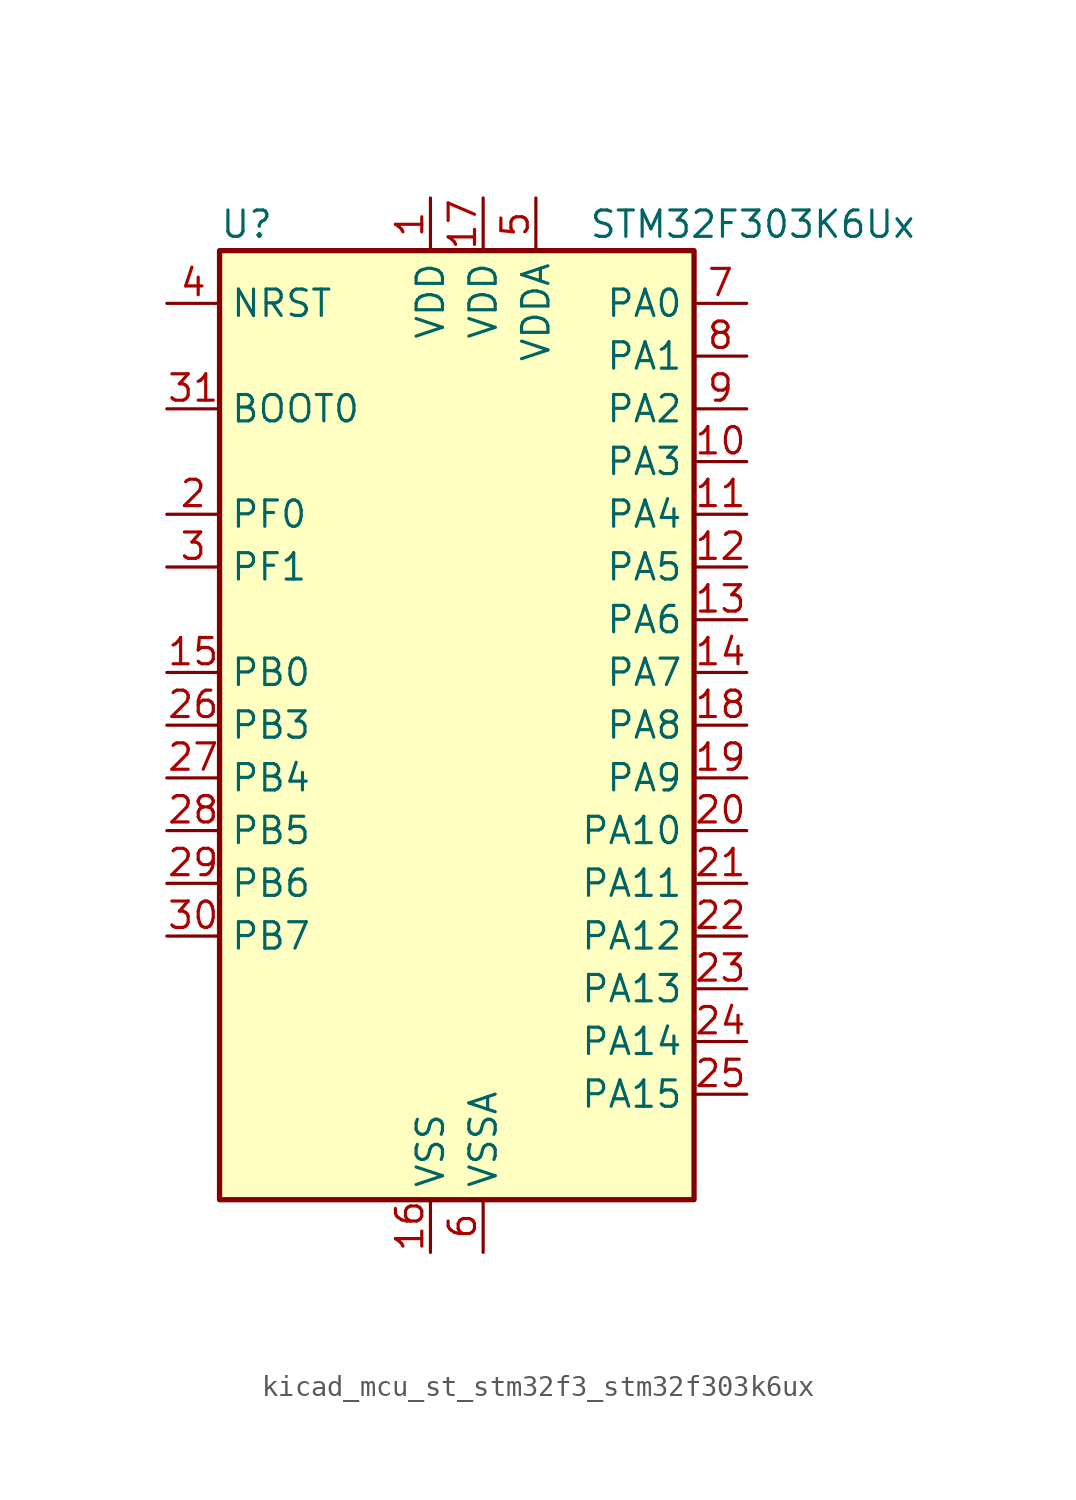
<source format=kicad_sym>
(kicad_symbol_lib
  (version 20220914)
  (generator kicad_symbol_editor)
  (symbol "kicad_mcu_st_stm32f3_stm32f303k6ux"
    (property "Reference" "U"
      (at -10.16 24.13 0)
      (effects (font (size 1.27 1.27)) (justify left)))
    (property "Value" "STM32F303K6Ux"
      (at 7.62 24.13 0)
      (effects (font (size 1.27 1.27)) (justify left)))
    (property "ki_locked" ""
      (at 0 0 0)
      (effects (font (size 1.27 1.27))))
    (symbol "kicad_mcu_st_stm32f3_stm32f303k6ux_0_1"
      (rectangle (start -10.16 -22.86) (end 12.7 22.86) (stroke (width 0.254) (type default)) (fill (type background))))
    (symbol "kicad_mcu_st_stm32f3_stm32f303k6ux_1_1"
      (pin power_in line (at 0 25.4 270) (length 2.54) (name "VDD" (effects (font (size 1.27 1.27)))) (number "1" (effects (font (size 1.27 1.27)))))
      (pin bidirectional line (at 15.24 12.7 180) (length 2.54) (name "PA3" (effects (font (size 1.27 1.27)))) (number "10" (effects (font (size 1.27 1.27)))) (alternate "ADC1_IN4" bidirectional line) (alternate "TIM15_CH2" bidirectional line) (alternate "TIM2_CH4" bidirectional line) (alternate "TSC_G1_IO4" bidirectional line) (alternate "USART2_RX" bidirectional line))
      (pin bidirectional line (at 15.24 10.16 180) (length 2.54) (name "PA4" (effects (font (size 1.27 1.27)))) (number "11" (effects (font (size 1.27 1.27)))) (alternate "ADC2_IN1" bidirectional line) (alternate "COMP2_INM" bidirectional line) (alternate "COMP4_INM" bidirectional line) (alternate "DAC1_OUT1" bidirectional line) (alternate "SPI1_NSS" bidirectional line) (alternate "TIM3_CH2" bidirectional line) (alternate "TSC_G2_IO1" bidirectional line) (alternate "USART2_CK" bidirectional line))
      (pin bidirectional line (at 15.24 7.62 180) (length 2.54) (name "PA5" (effects (font (size 1.27 1.27)))) (number "12" (effects (font (size 1.27 1.27)))) (alternate "ADC2_IN2" bidirectional line) (alternate "DAC1_OUT2" bidirectional line) (alternate "OPAMP2_VINM" bidirectional line) (alternate "OPAMP2_VINM_SEC" bidirectional line) (alternate "SPI1_SCK" bidirectional line) (alternate "TIM2_CH1" bidirectional line) (alternate "TIM2_ETR" bidirectional line) (alternate "TSC_G2_IO2" bidirectional line))
      (pin bidirectional line (at 15.24 5.08 180) (length 2.54) (name "PA6" (effects (font (size 1.27 1.27)))) (number "13" (effects (font (size 1.27 1.27)))) (alternate "ADC2_IN3" bidirectional line) (alternate "DAC2_OUT1" bidirectional line) (alternate "OPAMP2_VOUT" bidirectional line) (alternate "SPI1_MISO" bidirectional line) (alternate "TIM16_CH1" bidirectional line) (alternate "TIM1_BKIN" bidirectional line) (alternate "TIM3_CH1" bidirectional line) (alternate "TSC_G2_IO3" bidirectional line))
      (pin bidirectional line (at 15.24 2.54 180) (length 2.54) (name "PA7" (effects (font (size 1.27 1.27)))) (number "14" (effects (font (size 1.27 1.27)))) (alternate "ADC2_IN4" bidirectional line) (alternate "COMP2_INP" bidirectional line) (alternate "OPAMP2_VINP" bidirectional line) (alternate "OPAMP2_VINP_SEC" bidirectional line) (alternate "SPI1_MOSI" bidirectional line) (alternate "TIM17_CH1" bidirectional line) (alternate "TIM1_CH1N" bidirectional line) (alternate "TIM3_CH2" bidirectional line) (alternate "TSC_G2_IO4" bidirectional line))
      (pin bidirectional line (at -12.7 2.54 0) (length 2.54) (name "PB0" (effects (font (size 1.27 1.27)))) (number "15" (effects (font (size 1.27 1.27)))) (alternate "ADC1_IN11" bidirectional line) (alternate "COMP4_INP" bidirectional line) (alternate "OPAMP2_VINP" bidirectional line) (alternate "OPAMP2_VINP_SEC" bidirectional line) (alternate "TIM1_CH2N" bidirectional line) (alternate "TIM3_CH3" bidirectional line) (alternate "TSC_G3_IO2" bidirectional line))
      (pin power_in line (at 0 -25.4 90) (length 2.54) (name "VSS" (effects (font (size 1.27 1.27)))) (number "16" (effects (font (size 1.27 1.27)))))
      (pin power_in line (at 2.54 25.4 270) (length 2.54) (name "VDD" (effects (font (size 1.27 1.27)))) (number "17" (effects (font (size 1.27 1.27)))))
      (pin bidirectional line (at 15.24 0 180) (length 2.54) (name "PA8" (effects (font (size 1.27 1.27)))) (number "18" (effects (font (size 1.27 1.27)))) (alternate "RCC_MCO" bidirectional line) (alternate "TIM1_CH1" bidirectional line) (alternate "USART1_CK" bidirectional line))
      (pin bidirectional line (at 15.24 -2.54 180) (length 2.54) (name "PA9" (effects (font (size 1.27 1.27)))) (number "19" (effects (font (size 1.27 1.27)))) (alternate "DAC1_EXTI9" bidirectional line) (alternate "DAC2_EXTI9" bidirectional line) (alternate "TIM15_BKIN" bidirectional line) (alternate "TIM1_CH2" bidirectional line) (alternate "TIM2_CH3" bidirectional line) (alternate "TSC_G4_IO1" bidirectional line) (alternate "USART1_TX" bidirectional line))
      (pin bidirectional line (at -12.7 10.16 0) (length 2.54) (name "PF0" (effects (font (size 1.27 1.27)))) (number "2" (effects (font (size 1.27 1.27)))) (alternate "RCC_OSC_IN" bidirectional line) (alternate "TIM1_CH3N" bidirectional line))
      (pin bidirectional line (at 15.24 -5.08 180) (length 2.54) (name "PA10" (effects (font (size 1.27 1.27)))) (number "20" (effects (font (size 1.27 1.27)))) (alternate "TIM17_BKIN" bidirectional line) (alternate "TIM1_CH3" bidirectional line) (alternate "TIM2_CH4" bidirectional line) (alternate "TSC_G4_IO2" bidirectional line) (alternate "USART1_RX" bidirectional line))
      (pin bidirectional line (at 15.24 -7.62 180) (length 2.54) (name "PA11" (effects (font (size 1.27 1.27)))) (number "21" (effects (font (size 1.27 1.27)))) (alternate "CAN_RX" bidirectional line) (alternate "TIM1_BKIN2" bidirectional line) (alternate "TIM1_CH1N" bidirectional line) (alternate "TIM1_CH4" bidirectional line) (alternate "USART1_CTS" bidirectional line))
      (pin bidirectional line (at 15.24 -10.16 180) (length 2.54) (name "PA12" (effects (font (size 1.27 1.27)))) (number "22" (effects (font (size 1.27 1.27)))) (alternate "CAN_TX" bidirectional line) (alternate "COMP2_OUT" bidirectional line) (alternate "TIM16_CH1" bidirectional line) (alternate "TIM1_CH2N" bidirectional line) (alternate "TIM1_ETR" bidirectional line) (alternate "USART1_DE" bidirectional line) (alternate "USART1_RTS" bidirectional line))
      (pin bidirectional line (at 15.24 -12.7 180) (length 2.54) (name "PA13" (effects (font (size 1.27 1.27)))) (number "23" (effects (font (size 1.27 1.27)))) (alternate "IR_OUT" bidirectional line) (alternate "SYS_JTMS-SWDIO" bidirectional line) (alternate "TIM16_CH1N" bidirectional line) (alternate "TSC_G4_IO3" bidirectional line))
      (pin bidirectional line (at 15.24 -15.24 180) (length 2.54) (name "PA14" (effects (font (size 1.27 1.27)))) (number "24" (effects (font (size 1.27 1.27)))) (alternate "I2C1_SDA" bidirectional line) (alternate "SYS_JTCK-SWCLK" bidirectional line) (alternate "TIM1_BKIN" bidirectional line) (alternate "TSC_G4_IO4" bidirectional line) (alternate "USART2_TX" bidirectional line))
      (pin bidirectional line (at 15.24 -17.78 180) (length 2.54) (name "PA15" (effects (font (size 1.27 1.27)))) (number "25" (effects (font (size 1.27 1.27)))) (alternate "I2C1_SCL" bidirectional line) (alternate "SPI1_NSS" bidirectional line) (alternate "SYS_JTDI" bidirectional line) (alternate "TIM1_BKIN" bidirectional line) (alternate "TIM2_CH1" bidirectional line) (alternate "TIM2_ETR" bidirectional line) (alternate "TSC_SYNC" bidirectional line) (alternate "USART2_RX" bidirectional line))
      (pin bidirectional line (at -12.7 0 0) (length 2.54) (name "PB3" (effects (font (size 1.27 1.27)))) (number "26" (effects (font (size 1.27 1.27)))) (alternate "SPI1_SCK" bidirectional line) (alternate "SYS_JTDO-TRACESWO" bidirectional line) (alternate "TIM2_CH2" bidirectional line) (alternate "TIM3_ETR" bidirectional line) (alternate "TSC_G5_IO1" bidirectional line) (alternate "USART2_TX" bidirectional line))
      (pin bidirectional line (at -12.7 -2.54 0) (length 2.54) (name "PB4" (effects (font (size 1.27 1.27)))) (number "27" (effects (font (size 1.27 1.27)))) (alternate "SPI1_MISO" bidirectional line) (alternate "SYS_NJTRST" bidirectional line) (alternate "TIM16_CH1" bidirectional line) (alternate "TIM17_BKIN" bidirectional line) (alternate "TIM3_CH1" bidirectional line) (alternate "TSC_G5_IO2" bidirectional line) (alternate "USART2_RX" bidirectional line))
      (pin bidirectional line (at -12.7 -5.08 0) (length 2.54) (name "PB5" (effects (font (size 1.27 1.27)))) (number "28" (effects (font (size 1.27 1.27)))) (alternate "I2C1_SMBA" bidirectional line) (alternate "SPI1_MOSI" bidirectional line) (alternate "TIM16_BKIN" bidirectional line) (alternate "TIM17_CH1" bidirectional line) (alternate "TIM3_CH2" bidirectional line) (alternate "USART2_CK" bidirectional line))
      (pin bidirectional line (at -12.7 -7.62 0) (length 2.54) (name "PB6" (effects (font (size 1.27 1.27)))) (number "29" (effects (font (size 1.27 1.27)))) (alternate "I2C1_SCL" bidirectional line) (alternate "TIM16_CH1N" bidirectional line) (alternate "TSC_G5_IO3" bidirectional line) (alternate "USART1_TX" bidirectional line))
      (pin bidirectional line (at -12.7 7.62 0) (length 2.54) (name "PF1" (effects (font (size 1.27 1.27)))) (number "3" (effects (font (size 1.27 1.27)))) (alternate "RCC_OSC_OUT" bidirectional line))
      (pin bidirectional line (at -12.7 -10.16 0) (length 2.54) (name "PB7" (effects (font (size 1.27 1.27)))) (number "30" (effects (font (size 1.27 1.27)))) (alternate "I2C1_SDA" bidirectional line) (alternate "TIM17_CH1N" bidirectional line) (alternate "TIM3_CH4" bidirectional line) (alternate "TSC_G5_IO4" bidirectional line) (alternate "USART1_RX" bidirectional line))
      (pin input line (at -12.7 15.24 0) (length 2.54) (name "BOOT0" (effects (font (size 1.27 1.27)))) (number "31" (effects (font (size 1.27 1.27)))))
      (pin passive line (at 0 -25.4 90) (length 2.54) hide (name "VSS" (effects (font (size 1.27 1.27)))) (number "32" (effects (font (size 1.27 1.27)))))
      (pin passive line (at 0 -25.4 90) (length 2.54) hide (name "VSS" (effects (font (size 1.27 1.27)))) (number "33" (effects (font (size 1.27 1.27)))))
      (pin input line (at -12.7 20.32 0) (length 2.54) (name "NRST" (effects (font (size 1.27 1.27)))) (number "4" (effects (font (size 1.27 1.27)))))
      (pin power_in line (at 5.08 25.4 270) (length 2.54) (name "VDDA" (effects (font (size 1.27 1.27)))) (number "5" (effects (font (size 1.27 1.27)))))
      (pin power_in line (at 2.54 -25.4 90) (length 2.54) (name "VSSA" (effects (font (size 1.27 1.27)))) (number "6" (effects (font (size 1.27 1.27)))))
      (pin bidirectional line (at 15.24 20.32 180) (length 2.54) (name "PA0" (effects (font (size 1.27 1.27)))) (number "7" (effects (font (size 1.27 1.27)))) (alternate "ADC1_IN1" bidirectional line) (alternate "RTC_TAMP2" bidirectional line) (alternate "SYS_WKUP1" bidirectional line) (alternate "TIM2_CH1" bidirectional line) (alternate "TIM2_ETR" bidirectional line) (alternate "TSC_G1_IO1" bidirectional line) (alternate "USART2_CTS" bidirectional line))
      (pin bidirectional line (at 15.24 17.78 180) (length 2.54) (name "PA1" (effects (font (size 1.27 1.27)))) (number "8" (effects (font (size 1.27 1.27)))) (alternate "ADC1_IN2" bidirectional line) (alternate "RTC_REFIN" bidirectional line) (alternate "TIM15_CH1N" bidirectional line) (alternate "TIM2_CH2" bidirectional line) (alternate "TSC_G1_IO2" bidirectional line) (alternate "USART2_DE" bidirectional line) (alternate "USART2_RTS" bidirectional line))
      (pin bidirectional line (at 15.24 15.24 180) (length 2.54) (name "PA2" (effects (font (size 1.27 1.27)))) (number "9" (effects (font (size 1.27 1.27)))) (alternate "ADC1_IN3" bidirectional line) (alternate "COMP2_INM" bidirectional line) (alternate "COMP2_OUT" bidirectional line) (alternate "TIM15_CH1" bidirectional line) (alternate "TIM2_CH3" bidirectional line) (alternate "TSC_G1_IO3" bidirectional line) (alternate "USART2_TX" bidirectional line)))))
</source>
